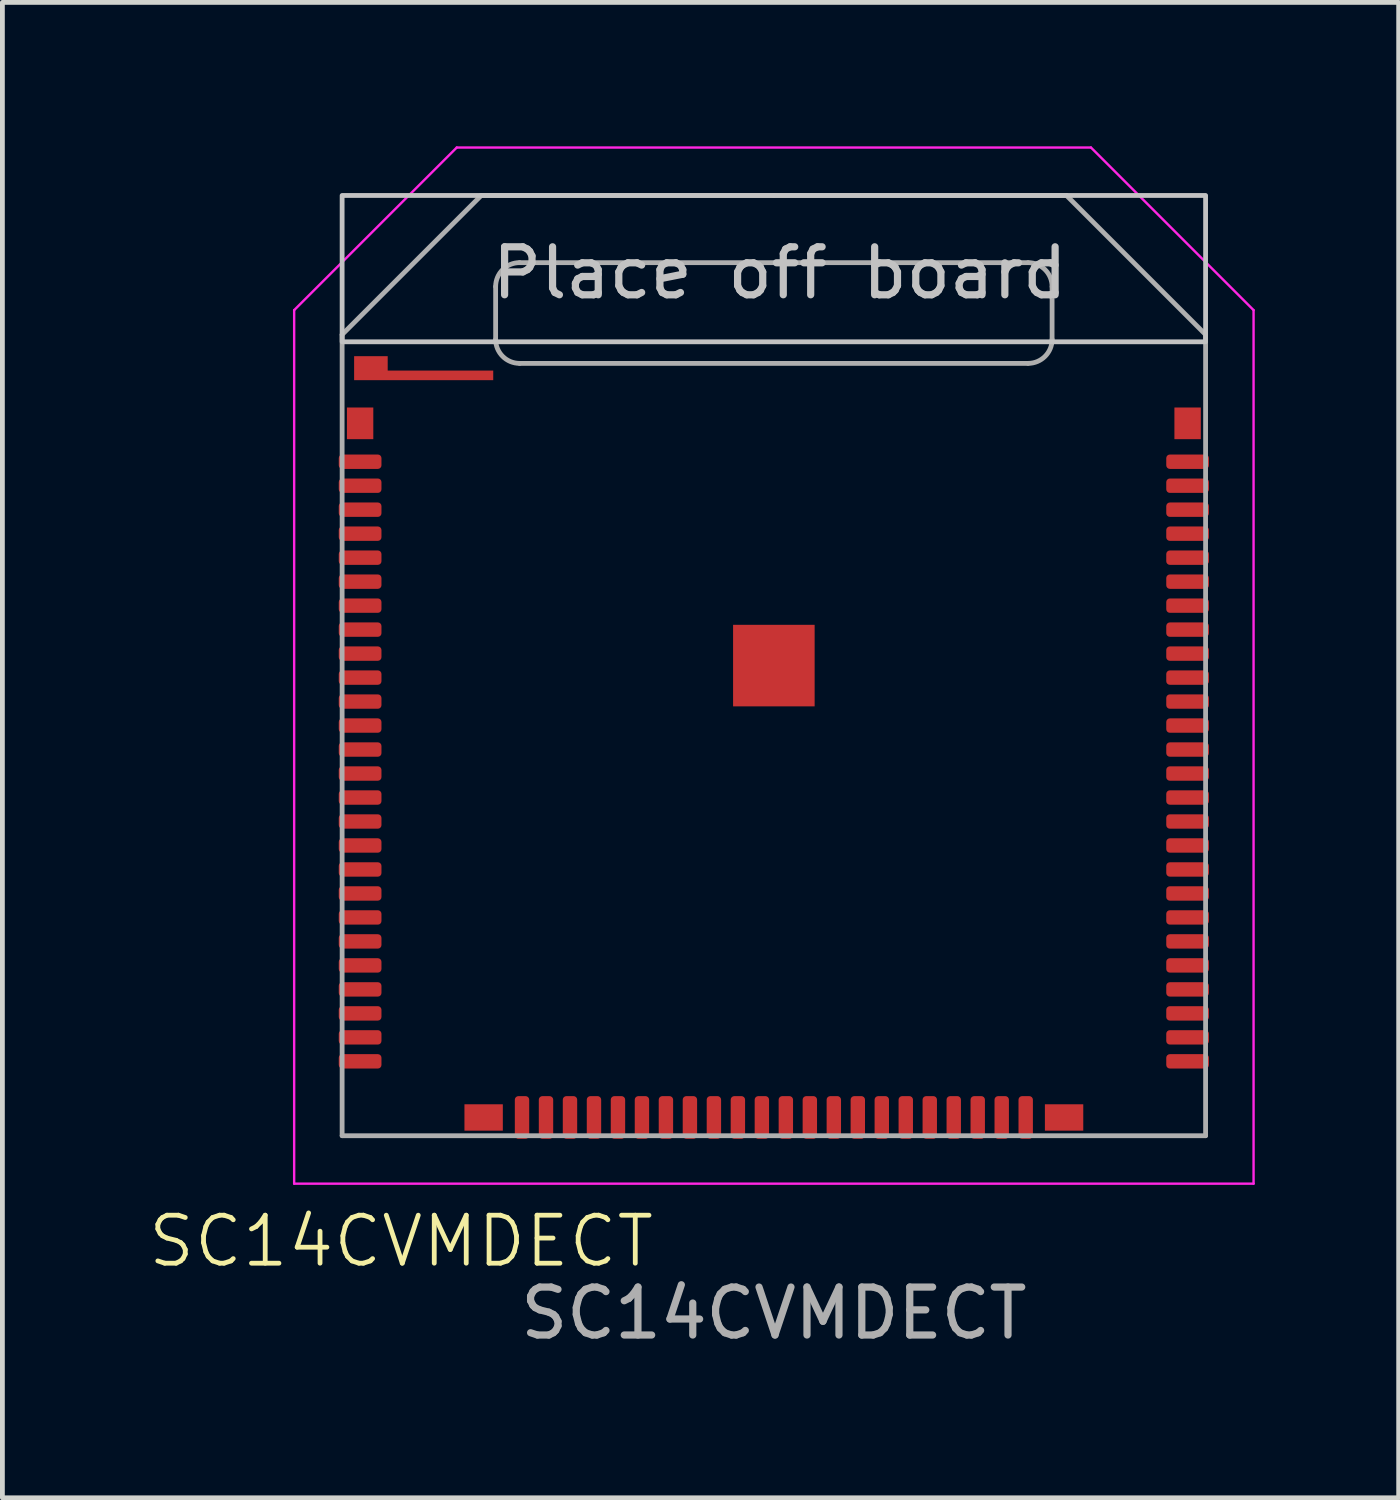
<source format=kicad_pcb>
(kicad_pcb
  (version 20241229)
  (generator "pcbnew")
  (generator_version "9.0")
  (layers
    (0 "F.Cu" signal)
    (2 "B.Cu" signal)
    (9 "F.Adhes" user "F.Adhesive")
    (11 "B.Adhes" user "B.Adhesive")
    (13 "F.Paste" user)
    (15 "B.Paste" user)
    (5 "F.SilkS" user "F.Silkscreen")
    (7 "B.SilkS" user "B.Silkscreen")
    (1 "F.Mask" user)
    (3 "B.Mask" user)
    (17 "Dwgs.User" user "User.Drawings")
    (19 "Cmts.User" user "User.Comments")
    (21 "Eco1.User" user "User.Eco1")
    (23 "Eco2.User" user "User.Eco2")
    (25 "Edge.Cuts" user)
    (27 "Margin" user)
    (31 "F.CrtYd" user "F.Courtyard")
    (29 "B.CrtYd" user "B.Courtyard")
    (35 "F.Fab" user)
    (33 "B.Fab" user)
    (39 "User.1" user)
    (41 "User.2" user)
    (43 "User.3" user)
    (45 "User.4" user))
  (footprint "SC14CVMDECT"
    (layer "F.Cu")
    (at 13.082 10.825)
    (property "Reference" "SC14CVMDECT" (at -7.77 12 0) (unlocked yes) (layer "F.SilkS") (effects (font (size 1 1) (thickness 0.1))))
    (attr smd)
    (fp_poly (pts (xy -8.75 -6.45) (xy -8.05 -6.45) (xy -8.05 -5.95) (xy -8.75 -5.95)) (stroke (width 0) (type solid)) (fill yes) (layer "F.Mask"))
    (fp_poly (pts (xy -8.75 -6.45) (xy -8.05 -6.45) (xy -8.05 -5.95) (xy -8.75 -5.95)) (stroke (width 0) (type solid)) (fill yes) (layer "F.Paste"))
    (fp_poly (pts (xy -0.8 -0.8) (xy -0.15 -0.8) (xy -0.15 -0.15) (xy -0.8 -0.15)) (stroke (width 0) (type solid)) (fill yes) (layer "F.Paste"))
    (fp_poly (pts (xy -0.8 0.15) (xy -0.15 0.15) (xy -0.15 0.8) (xy -0.8 0.8)) (stroke (width 0) (type solid)) (fill yes) (layer "F.Paste"))
    (fp_poly (pts (xy 0.15 -0.8) (xy 0.8 -0.8) (xy 0.8 -0.15) (xy 0.15 -0.15)) (stroke (width 0) (type solid)) (fill yes) (layer "F.Paste"))
    (fp_poly (pts (xy 0.15 0.15) (xy 0.8 0.15) (xy 0.8 0.8) (xy 0.15 0.8)) (stroke (width 0) (type solid)) (fill yes) (layer "F.Paste"))
    (fp_rect (start -9 -9.8) (end 9 -6.75) (stroke (width 0.1) (type default)) (fill no) (layer "Dwgs.User"))
    (fp_line (start -10 -7.41) (end -10 10.8) (stroke (width 0.05) (type default)) (layer "F.CrtYd"))
    (fp_line (start -10 -7.41) (end -6.61 -10.8) (stroke (width 0.05) (type default)) (layer "F.CrtYd"))
    (fp_line (start -10 10.8) (end 10 10.8) (stroke (width 0.05) (type default)) (layer "F.CrtYd"))
    (fp_line (start 6.61 -10.8) (end -6.61 -10.8) (stroke (width 0.05) (type default)) (layer "F.CrtYd"))
    (fp_line (start 6.61 -10.8) (end 10 -7.41) (stroke (width 0.05) (type default)) (layer "F.CrtYd"))
    (fp_line (start 10 10.8) (end 10 -7.41) (stroke (width 0.05) (type default)) (layer "F.CrtYd"))
    (fp_line (start -9 -6.9) (end -6.1 -9.8) (stroke (width 0.1) (type default)) (layer "F.Fab"))
    (fp_line (start -9 9.8) (end -9 -6.9) (stroke (width 0.1) (type default)) (layer "F.Fab"))
    (fp_line (start -5.8 -7.9) (end -5.8 -6.8) (stroke (width 0.1) (type default)) (layer "F.Fab"))
    (fp_line (start -5.3 -6.3) (end 5.3 -6.3) (stroke (width 0.1) (type default)) (layer "F.Fab"))
    (fp_line (start 0 -9.8) (end -6.1 -9.8) (stroke (width 0.1) (type default)) (layer "F.Fab"))
    (fp_line (start 0 -9.8) (end 6.1 -9.8) (stroke (width 0.1) (type default)) (layer "F.Fab"))
    (fp_line (start 5.3 -8.4) (end -5.3 -8.4) (stroke (width 0.1) (type default)) (layer "F.Fab"))
    (fp_line (start 5.8 -7.9) (end 5.8 -6.8) (stroke (width 0.1) (type default)) (layer "F.Fab"))
    (fp_line (start 6.1 -9.8) (end 9 -6.9) (stroke (width 0.1) (type default)) (layer "F.Fab"))
    (fp_line (start 9 -6.9) (end 9 9.8) (stroke (width 0.1) (type default)) (layer "F.Fab"))
    (fp_line (start 9 9.8) (end -9 9.8) (stroke (width 0.1) (type default)) (layer "F.Fab"))
    (fp_arc (start -5.8 -7.9) (mid -5.653553 -8.253553) (end -5.3 -8.4) (stroke (width 0.1) (type default)) (layer "F.Fab"))
    (fp_arc (start -5.3 -6.3) (mid -5.653553 -6.446447) (end -5.8 -6.8) (stroke (width 0.1) (type default)) (layer "F.Fab"))
    (fp_arc (start 5.3 -8.4) (mid 5.653553 -8.253553) (end 5.8 -7.9) (stroke (width 0.1) (type default)) (layer "F.Fab"))
    (fp_arc (start 5.8 -6.8) (mid 5.653553 -6.446447) (end 5.3 -6.3) (stroke (width 0.1) (type default)) (layer "F.Fab"))
    (fp_text user "Place off board" (at -5.95 -7.6 0) (unlocked yes) (layer "Dwgs.User") (effects (font (size 1 1) (thickness 0.15)) (justify left bottom)))
    (fp_text user "${REFERENCE}" (at 0 13.5 0) (unlocked yes) (layer "F.Fab") (effects (font (size 1 1) (thickness 0.15))))
    (pad "1" smd rect (at -8.625 -5.05 90) (size 0.66 0.55) (layers "F.Cu" "F.Mask" "F.Paste"))
    (pad "2" smd roundrect (at -8.625 -4.25) (size 0.89 0.3) (layers "F.Cu" "F.Mask" "F.Paste") (roundrect_rratio 0.25))
    (pad "3" smd roundrect (at -8.625 -3.75) (size 0.89 0.3) (layers "F.Cu" "F.Mask" "F.Paste") (roundrect_rratio 0.25))
    (pad "4" smd roundrect (at -8.625 -3.25) (size 0.89 0.3) (layers "F.Cu" "F.Mask" "F.Paste") (roundrect_rratio 0.25))
    (pad "5" smd roundrect (at -8.625 -2.75) (size 0.89 0.3) (layers "F.Cu" "F.Mask" "F.Paste") (roundrect_rratio 0.25))
    (pad "6" smd roundrect (at -8.625 -2.25) (size 0.89 0.3) (layers "F.Cu" "F.Mask" "F.Paste") (roundrect_rratio 0.25))
    (pad "7" smd roundrect (at -8.625 -1.75) (size 0.89 0.3) (layers "F.Cu" "F.Mask" "F.Paste") (roundrect_rratio 0.25))
    (pad "8" smd roundrect (at -8.625 -1.25) (size 0.89 0.3) (layers "F.Cu" "F.Mask" "F.Paste") (roundrect_rratio 0.25))
    (pad "9" smd roundrect (at -8.625 -0.75) (size 0.89 0.3) (layers "F.Cu" "F.Mask" "F.Paste") (roundrect_rratio 0.25))
    (pad "10" smd roundrect (at -8.625 -0.25) (size 0.89 0.3) (layers "F.Cu" "F.Mask" "F.Paste") (roundrect_rratio 0.25))
    (pad "11" smd roundrect (at -8.625 0.25) (size 0.89 0.3) (layers "F.Cu" "F.Mask" "F.Paste") (roundrect_rratio 0.25))
    (pad "12" smd roundrect (at -8.625 0.75) (size 0.89 0.3) (layers "F.Cu" "F.Mask" "F.Paste") (roundrect_rratio 0.25))
    (pad "13" smd roundrect (at -8.625 1.25) (size 0.89 0.3) (layers "F.Cu" "F.Mask" "F.Paste") (roundrect_rratio 0.25))
    (pad "14" smd roundrect (at -8.625 1.75) (size 0.89 0.3) (layers "F.Cu" "F.Mask" "F.Paste") (roundrect_rratio 0.25))
    (pad "15" smd roundrect (at -8.625 2.25) (size 0.89 0.3) (layers "F.Cu" "F.Mask" "F.Paste") (roundrect_rratio 0.25))
    (pad "16" smd roundrect (at -8.625 2.75) (size 0.89 0.3) (layers "F.Cu" "F.Mask" "F.Paste") (roundrect_rratio 0.25))
    (pad "17" smd roundrect (at -8.625 3.25) (size 0.89 0.3) (layers "F.Cu" "F.Mask" "F.Paste") (roundrect_rratio 0.25))
    (pad "18" smd roundrect (at -8.625 3.75) (size 0.89 0.3) (layers "F.Cu" "F.Mask" "F.Paste") (roundrect_rratio 0.25))
    (pad "19" smd roundrect (at -8.625 4.25) (size 0.89 0.3) (layers "F.Cu" "F.Mask" "F.Paste") (roundrect_rratio 0.25))
    (pad "20" smd roundrect (at -8.625 4.75) (size 0.89 0.3) (layers "F.Cu" "F.Mask" "F.Paste") (roundrect_rratio 0.25))
    (pad "21" smd roundrect (at -8.625 5.25) (size 0.89 0.3) (layers "F.Cu" "F.Mask" "F.Paste") (roundrect_rratio 0.25))
    (pad "22" smd roundrect (at -8.625 5.75) (size 0.89 0.3) (layers "F.Cu" "F.Mask" "F.Paste") (roundrect_rratio 0.25))
    (pad "23" smd roundrect (at -8.625 6.25) (size 0.89 0.3) (layers "F.Cu" "F.Mask" "F.Paste") (roundrect_rratio 0.25))
    (pad "24" smd roundrect (at -8.625 6.75) (size 0.89 0.3) (layers "F.Cu" "F.Mask" "F.Paste") (roundrect_rratio 0.25))
    (pad "25" smd roundrect (at -8.625 7.25) (size 0.89 0.3) (layers "F.Cu" "F.Mask" "F.Paste") (roundrect_rratio 0.25))
    (pad "26" smd roundrect (at -8.625 7.75) (size 0.89 0.3) (layers "F.Cu" "F.Mask" "F.Paste") (roundrect_rratio 0.25))
    (pad "27" smd roundrect (at -8.625 8.25) (size 0.89 0.3) (layers "F.Cu" "F.Mask" "F.Paste") (roundrect_rratio 0.25))
    (pad "28" smd rect (at -6.05 9.42 90) (size 0.55 0.8) (layers "F.Cu" "F.Mask" "F.Paste"))
    (pad "29" smd roundrect (at -5.25 9.42 90) (size 0.89 0.3) (layers "F.Cu" "F.Mask" "F.Paste") (roundrect_rratio 0.25))
    (pad "30" smd roundrect (at -4.75 9.42 90) (size 0.89 0.3) (layers "F.Cu" "F.Mask" "F.Paste") (roundrect_rratio 0.25))
    (pad "31" smd roundrect (at -4.25 9.42 90) (size 0.89 0.3) (layers "F.Cu" "F.Mask" "F.Paste") (roundrect_rratio 0.25))
    (pad "32" smd roundrect (at -3.75 9.42 90) (size 0.89 0.3) (layers "F.Cu" "F.Mask" "F.Paste") (roundrect_rratio 0.25))
    (pad "33" smd roundrect (at -3.25 9.42 90) (size 0.89 0.3) (layers "F.Cu" "F.Mask" "F.Paste") (roundrect_rratio 0.25))
    (pad "34" smd roundrect (at -2.75 9.42 90) (size 0.89 0.3) (layers "F.Cu" "F.Mask" "F.Paste") (roundrect_rratio 0.25))
    (pad "35" smd roundrect (at -2.25 9.42 90) (size 0.89 0.3) (layers "F.Cu" "F.Mask" "F.Paste") (roundrect_rratio 0.25))
    (pad "36" smd roundrect (at -1.75 9.42 90) (size 0.89 0.3) (layers "F.Cu" "F.Mask" "F.Paste") (roundrect_rratio 0.25))
    (pad "37" smd roundrect (at -1.25 9.42 90) (size 0.89 0.3) (layers "F.Cu" "F.Mask" "F.Paste") (roundrect_rratio 0.25))
    (pad "38" smd roundrect (at -0.75 9.42 90) (size 0.89 0.3) (layers "F.Cu" "F.Mask" "F.Paste") (roundrect_rratio 0.25))
    (pad "39" smd roundrect (at -0.25 9.42 90) (size 0.89 0.3) (layers "F.Cu" "F.Mask" "F.Paste") (roundrect_rratio 0.25))
    (pad "40" smd roundrect (at 0.25 9.42 90) (size 0.89 0.3) (layers "F.Cu" "F.Mask" "F.Paste") (roundrect_rratio 0.25))
    (pad "41" smd roundrect (at 0.75 9.42 90) (size 0.89 0.3) (layers "F.Cu" "F.Mask" "F.Paste") (roundrect_rratio 0.25))
    (pad "42" smd roundrect (at 1.25 9.42 90) (size 0.89 0.3) (layers "F.Cu" "F.Mask" "F.Paste") (roundrect_rratio 0.25))
    (pad "43" smd roundrect (at 1.75 9.42 90) (size 0.89 0.3) (layers "F.Cu" "F.Mask" "F.Paste") (roundrect_rratio 0.25))
    (pad "44" smd roundrect (at 2.25 9.42 90) (size 0.89 0.3) (layers "F.Cu" "F.Mask" "F.Paste") (roundrect_rratio 0.25))
    (pad "45" smd roundrect (at 2.75 9.42 90) (size 0.89 0.3) (layers "F.Cu" "F.Mask" "F.Paste") (roundrect_rratio 0.25))
    (pad "46" smd roundrect (at 3.25 9.42 90) (size 0.89 0.3) (layers "F.Cu" "F.Mask" "F.Paste") (roundrect_rratio 0.25))
    (pad "47" smd roundrect (at 3.75 9.42 90) (size 0.89 0.3) (layers "F.Cu" "F.Mask" "F.Paste") (roundrect_rratio 0.25))
    (pad "48" smd roundrect (at 4.25 9.42 90) (size 0.89 0.3) (layers "F.Cu" "F.Mask" "F.Paste") (roundrect_rratio 0.25))
    (pad "49" smd roundrect (at 4.75 9.42 90) (size 0.89 0.3) (layers "F.Cu" "F.Mask" "F.Paste") (roundrect_rratio 0.25))
    (pad "50" smd roundrect (at 5.25 9.42 90) (size 0.89 0.3) (layers "F.Cu" "F.Mask" "F.Paste") (roundrect_rratio 0.25))
    (pad "51" smd rect (at 6.05 9.42 90) (size 0.55 0.8) (layers "F.Cu" "F.Mask" "F.Paste"))
    (pad "52" smd roundrect (at 8.625 8.25) (size 0.89 0.3) (layers "F.Cu" "F.Mask" "F.Paste") (roundrect_rratio 0.25))
    (pad "53" smd roundrect (at 8.625 7.75) (size 0.89 0.3) (layers "F.Cu" "F.Mask" "F.Paste") (roundrect_rratio 0.25))
    (pad "54" smd roundrect (at 8.625 7.25) (size 0.89 0.3) (layers "F.Cu" "F.Mask" "F.Paste") (roundrect_rratio 0.25))
    (pad "55" smd roundrect (at 8.625 6.75) (size 0.89 0.3) (layers "F.Cu" "F.Mask" "F.Paste") (roundrect_rratio 0.25))
    (pad "56" smd roundrect (at 8.625 6.25) (size 0.89 0.3) (layers "F.Cu" "F.Mask" "F.Paste") (roundrect_rratio 0.25))
    (pad "57" smd roundrect (at 8.625 5.75) (size 0.89 0.3) (layers "F.Cu" "F.Mask" "F.Paste") (roundrect_rratio 0.25))
    (pad "58" smd roundrect (at 8.625 5.25) (size 0.89 0.3) (layers "F.Cu" "F.Mask" "F.Paste") (roundrect_rratio 0.25))
    (pad "59" smd roundrect (at 8.625 4.75) (size 0.89 0.3) (layers "F.Cu" "F.Mask" "F.Paste") (roundrect_rratio 0.25))
    (pad "60" smd roundrect (at 8.625 4.25) (size 0.89 0.3) (layers "F.Cu" "F.Mask" "F.Paste") (roundrect_rratio 0.25))
    (pad "61" smd roundrect (at 8.625 3.75) (size 0.89 0.3) (layers "F.Cu" "F.Mask" "F.Paste") (roundrect_rratio 0.25))
    (pad "62" smd roundrect (at 8.625 3.25) (size 0.89 0.3) (layers "F.Cu" "F.Mask" "F.Paste") (roundrect_rratio 0.25))
    (pad "63" smd roundrect (at 8.625 2.75) (size 0.89 0.3) (layers "F.Cu" "F.Mask" "F.Paste") (roundrect_rratio 0.25))
    (pad "64" smd roundrect (at 8.625 2.25) (size 0.89 0.3) (layers "F.Cu" "F.Mask" "F.Paste") (roundrect_rratio 0.25))
    (pad "65" smd roundrect (at 8.625 1.75) (size 0.89 0.3) (layers "F.Cu" "F.Mask" "F.Paste") (roundrect_rratio 0.25))
    (pad "66" smd roundrect (at 8.625 1.25) (size 0.89 0.3) (layers "F.Cu" "F.Mask" "F.Paste") (roundrect_rratio 0.25))
    (pad "67" smd roundrect (at 8.625 0.75) (size 0.89 0.3) (layers "F.Cu" "F.Mask" "F.Paste") (roundrect_rratio 0.25))
    (pad "68" smd roundrect (at 8.625 0.25) (size 0.89 0.3) (layers "F.Cu" "F.Mask" "F.Paste") (roundrect_rratio 0.25))
    (pad "69" smd roundrect (at 8.625 -0.25) (size 0.89 0.3) (layers "F.Cu" "F.Mask" "F.Paste") (roundrect_rratio 0.25))
    (pad "70" smd roundrect (at 8.625 -0.75) (size 0.89 0.3) (layers "F.Cu" "F.Mask" "F.Paste") (roundrect_rratio 0.25))
    (pad "71" smd roundrect (at 8.625 -1.25) (size 0.89 0.3) (layers "F.Cu" "F.Mask" "F.Paste") (roundrect_rratio 0.25))
    (pad "72" smd roundrect (at 8.625 -1.75) (size 0.89 0.3) (layers "F.Cu" "F.Mask" "F.Paste") (roundrect_rratio 0.25))
    (pad "73" smd roundrect (at 8.625 -2.25) (size 0.89 0.3) (layers "F.Cu" "F.Mask" "F.Paste") (roundrect_rratio 0.25))
    (pad "74" smd roundrect (at 8.625 -2.75) (size 0.89 0.3) (layers "F.Cu" "F.Mask" "F.Paste") (roundrect_rratio 0.25))
    (pad "75" smd roundrect (at 8.625 -3.25) (size 0.89 0.3) (layers "F.Cu" "F.Mask" "F.Paste") (roundrect_rratio 0.25))
    (pad "76" smd roundrect (at 8.625 -3.75) (size 0.89 0.3) (layers "F.Cu" "F.Mask" "F.Paste") (roundrect_rratio 0.25))
    (pad "77" smd roundrect (at 8.625 -4.25) (size 0.89 0.3) (layers "F.Cu" "F.Mask" "F.Paste") (roundrect_rratio 0.25))
    (pad "78" smd rect (at 8.625 -5.05 90) (size 0.66 0.55) (layers "F.Cu" "F.Mask" "F.Paste"))
    (pad "79" smd custom (at -8.4 -6.2) (size 0.7 0.5) (layers "F.Cu") (options (anchor rect)) (primitives (gr_poly (pts (xy 0.25 0.25) (xy 2.55 0.25) (xy 2.55 0.05) (xy 0.25 0.05)) (width 0) (fill yes))))
    (pad "80" smd rect (at 0 0) (size 1.7 1.7) (layers "F.Cu" "F.Mask"))
    (zone (net_name "") (layer "F.Cu") (hatch edge 0.5) (connect_pads) (min_thickness 0.25) (filled_areas_thickness no) (keepout (tracks not_allowed) (vias not_allowed) (pads not_allowed) (copperpour not_allowed) (footprints allowed)) (placement (enabled no)) (fill) (polygon (pts (xy 15.742 16.365) (xy 21.182 16.365) (xy 21.182 19.705) (xy 15.742 19.705))))
    (zone (net_name "") (layer "F.Cu") (hatch edge 0.5) (connect_pads) (min_thickness 0.25) (filled_areas_thickness no) (keepout (tracks not_allowed) (vias not_allowed) (pads not_allowed) (copperpour not_allowed) (footprints allowed)) (placement (enabled no)) (fill) (polygon (pts (xy 11.683 6.925) (xy 11.663 6.646) (xy 11.606 6.372) (xy 11.513 6.108) (xy 11.384 5.86) (xy 11.223 5.631) (xy 11.032 5.426) (xy 10.814 5.25) (xy 10.575 5.104) (xy 10.319 4.993) (xy 10.049 4.917) (xy 9.772 4.879) (xy 9.492 4.879) (xy 9.215 4.917) (xy 8.945 4.993) (xy 8.688 5.104) (xy 8.449 5.25) (xy 8.232 5.426) (xy 8.041 5.631) (xy 7.88 5.86) (xy 7.751 6.108) (xy 7.657 6.372) (xy 7.6 6.646) (xy 7.581 6.925) (xy 7.6 7.204) (xy 7.657 7.478) (xy 7.751 7.742) (xy 7.88 7.99) (xy 8.041 8.219) (xy 8.232 8.424) (xy 8.449 8.6) (xy 8.688 8.746) (xy 8.945 8.857) (xy 9.215 8.933) (xy 9.492 8.971) (xy 9.772 8.971) (xy 10.049 8.933) (xy 10.319 8.857) (xy 10.575 8.746) (xy 10.814 8.6) (xy 11.032 8.424) (xy 11.223 8.219) (xy 11.384 7.99) (xy 11.513 7.742) (xy 11.606 7.478) (xy 11.663 7.204)))))
  (gr_rect
    (start -3 -3)
    (end 26.107 28.173)
    (stroke (width 0.1) (type default))
    (fill no)
    (layer "Edge.Cuts")))
</source>
